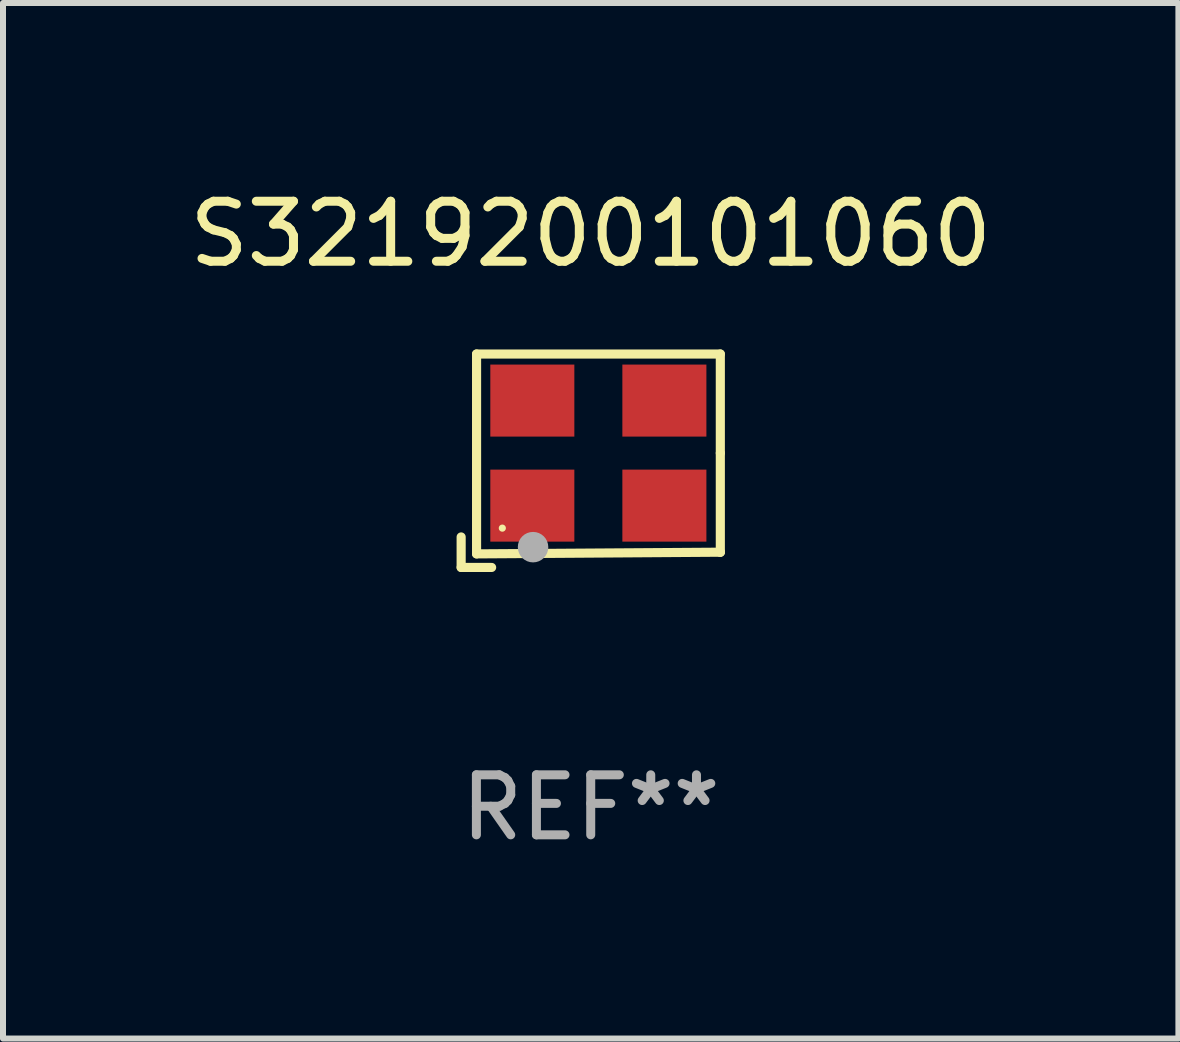
<source format=kicad_pcb>
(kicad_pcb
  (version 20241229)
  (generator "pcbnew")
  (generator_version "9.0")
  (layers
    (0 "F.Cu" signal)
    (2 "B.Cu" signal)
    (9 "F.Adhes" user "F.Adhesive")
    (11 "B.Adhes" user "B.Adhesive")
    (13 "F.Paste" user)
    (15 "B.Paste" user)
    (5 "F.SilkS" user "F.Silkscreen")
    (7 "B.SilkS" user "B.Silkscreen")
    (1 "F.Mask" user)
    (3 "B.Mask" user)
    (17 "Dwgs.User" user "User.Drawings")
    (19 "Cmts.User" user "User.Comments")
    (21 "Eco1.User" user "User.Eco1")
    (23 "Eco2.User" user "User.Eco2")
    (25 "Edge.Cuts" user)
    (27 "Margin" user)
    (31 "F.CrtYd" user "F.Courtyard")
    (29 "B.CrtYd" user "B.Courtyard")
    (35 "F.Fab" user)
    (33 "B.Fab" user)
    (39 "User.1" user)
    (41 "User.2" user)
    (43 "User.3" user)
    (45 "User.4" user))
  (footprint "S3219200101060"
    (layer "F.Cu")
    (at 6.792 4.626)
    (property "Reference" "S3219200101060" (at 0 -3.778 0) (layer "F.SilkS") (effects (font (size 1 1) (thickness 0.15))))
    (attr through_hole)
    (fp_line (start -2.159 1.27) (end -2.159 1.778) (stroke (width 0.152) (type solid)) (layer "F.SilkS"))
    (fp_line (start -2.159 1.778) (end -1.651 1.778) (stroke (width 0.152) (type solid)) (layer "F.SilkS"))
    (fp_line (start -1.902 -1.778) (end 2.159 -1.778) (stroke (width 0.152) (type solid)) (layer "F.SilkS"))
    (fp_line (start -1.902 1.552) (end -1.902 -1.778) (stroke (width 0.152) (type solid)) (layer "F.SilkS"))
    (fp_line (start 2.159 -1.778) (end 2.159 -0.127) (stroke (width 0.152) (type solid)) (layer "F.SilkS"))
    (fp_line (start 2.159 -0.127) (end 2.159 1.524) (stroke (width 0.152) (type solid)) (layer "F.SilkS"))
    (fp_line (start 2.159 1.524) (end -1.902 1.552) (stroke (width 0.152) (type solid)) (layer "F.SilkS"))
    (fp_line (start 2.159 1.524) (end 2.159 1.524) (stroke (width 0.152) (type solid)) (layer "F.SilkS"))
    (fp_circle (center -1.473 1.123) (end -1.443 1.123) (stroke (width 0.06) (type solid)) (fill no) (layer "F.SilkS"))
    (fp_circle (center -0.961 1.44) (end -0.834 1.44) (stroke (width 0.254) (type solid)) (fill no) (layer "F.Fab"))
    (fp_text user "REF**" (at 0 5.778 0) (layer "F.Fab") (effects (font (size 1 1) (thickness 0.15))))
    (pad "1" smd rect (at -0.973 0.748) (size 1.4 1.2) (layers "F.Cu" "F.Mask" "F.Paste"))
    (pad "2" smd rect (at 1.227 0.748) (size 1.4 1.2) (layers "F.Cu" "F.Mask" "F.Paste"))
    (pad "3" smd rect (at 1.227 -1.002) (size 1.4 1.2) (layers "F.Cu" "F.Mask" "F.Paste"))
    (pad "4" smd rect (at -0.973 -1.002) (size 1.4 1.2) (layers "F.Cu" "F.Mask" "F.Paste")))
  (gr_rect
    (start -3 -3)
    (end 16.583 14.253)
    (stroke (width 0.1) (type default))
    (fill no)
    (layer "Edge.Cuts")))
</source>
